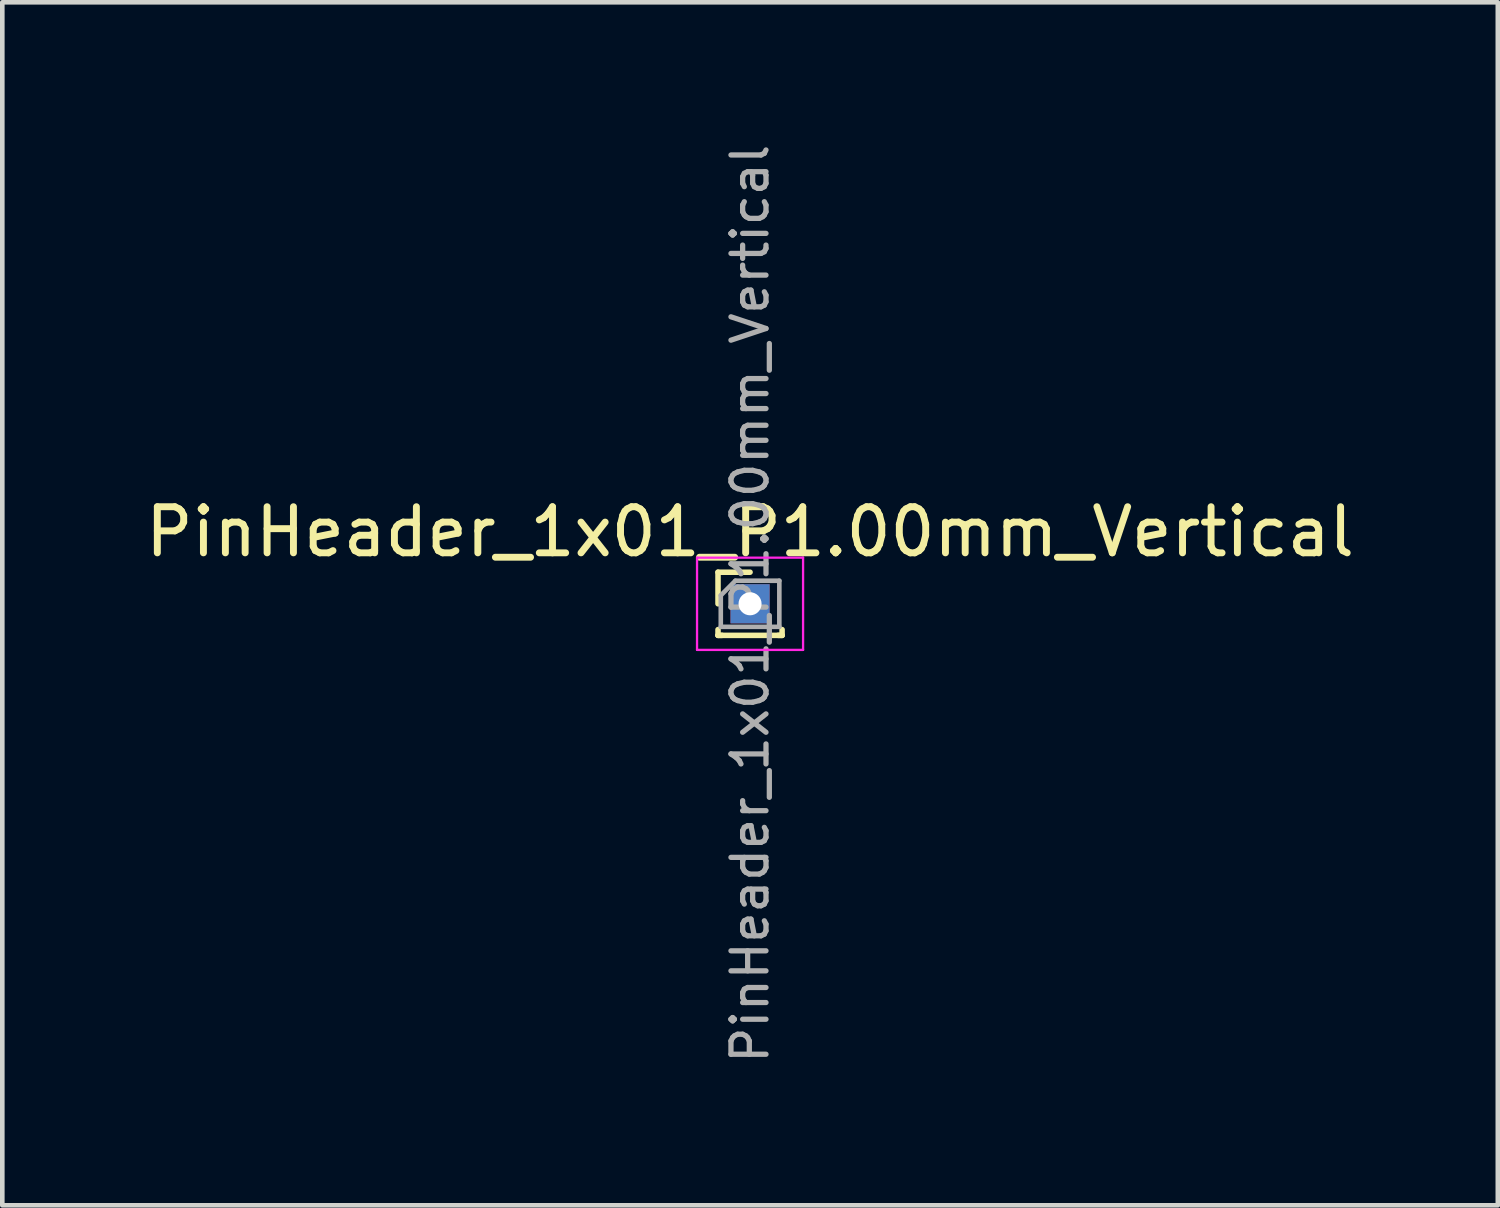
<source format=kicad_pcb>
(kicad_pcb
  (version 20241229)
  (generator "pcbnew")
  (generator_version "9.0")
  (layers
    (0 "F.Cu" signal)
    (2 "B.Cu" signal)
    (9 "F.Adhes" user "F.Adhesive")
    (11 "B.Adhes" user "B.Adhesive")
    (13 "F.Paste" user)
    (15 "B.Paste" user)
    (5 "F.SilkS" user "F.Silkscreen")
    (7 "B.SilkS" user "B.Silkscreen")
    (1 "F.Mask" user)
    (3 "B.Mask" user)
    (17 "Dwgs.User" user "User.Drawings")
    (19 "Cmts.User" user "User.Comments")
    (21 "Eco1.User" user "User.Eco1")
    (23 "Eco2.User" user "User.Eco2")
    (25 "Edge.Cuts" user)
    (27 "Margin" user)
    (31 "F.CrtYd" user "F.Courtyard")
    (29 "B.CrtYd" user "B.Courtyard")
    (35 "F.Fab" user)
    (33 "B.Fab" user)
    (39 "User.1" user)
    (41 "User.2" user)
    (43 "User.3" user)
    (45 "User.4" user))
  (footprint "PinHeader_1x01_P1.00mm_Vertical"
    (layer "F.Cu")
    (at 13.22 10.047)
    (property "Reference" "PinHeader_1x01_P1.00mm_Vertical" (at 0 -1.56 0) (layer "F.SilkS") (effects (font (size 1 1) (thickness 0.15))))
    (attr through_hole)
    (fp_line (start -0.695 -0.685) (end 0 -0.685) (stroke (width 0.12) (type solid)) (layer "F.SilkS"))
    (fp_line (start -0.695 0) (end -0.695 -0.685) (stroke (width 0.12) (type solid)) (layer "F.SilkS"))
    (fp_line (start -0.695 0.685) (end -0.695 0.56) (stroke (width 0.12) (type solid)) (layer "F.SilkS"))
    (fp_line (start -0.695 0.685) (end -0.608 0.685) (stroke (width 0.12) (type solid)) (layer "F.SilkS"))
    (fp_line (start -0.695 0.685) (end 0.695 0.685) (stroke (width 0.12) (type solid)) (layer "F.SilkS"))
    (fp_line (start 0.608 0.685) (end 0.695 0.685) (stroke (width 0.12) (type solid)) (layer "F.SilkS"))
    (fp_line (start 0.695 0.685) (end 0.695 0.56) (stroke (width 0.12) (type solid)) (layer "F.SilkS"))
    (fp_line (start -1.15 -1) (end -1.15 1) (stroke (width 0.05) (type solid)) (layer "F.CrtYd"))
    (fp_line (start -1.15 1) (end 1.15 1) (stroke (width 0.05) (type solid)) (layer "F.CrtYd"))
    (fp_line (start 1.15 -1) (end -1.15 -1) (stroke (width 0.05) (type solid)) (layer "F.CrtYd"))
    (fp_line (start 1.15 1) (end 1.15 -1) (stroke (width 0.05) (type solid)) (layer "F.CrtYd"))
    (fp_line (start -0.635 -0.182) (end -0.318 -0.5) (stroke (width 0.1) (type solid)) (layer "F.Fab"))
    (fp_line (start -0.635 0.5) (end -0.635 -0.182) (stroke (width 0.1) (type solid)) (layer "F.Fab"))
    (fp_line (start -0.318 -0.5) (end 0.635 -0.5) (stroke (width 0.1) (type solid)) (layer "F.Fab"))
    (fp_line (start 0.635 -0.5) (end 0.635 0.5) (stroke (width 0.1) (type solid)) (layer "F.Fab"))
    (fp_line (start 0.635 0.5) (end -0.635 0.5) (stroke (width 0.1) (type solid)) (layer "F.Fab"))
    (fp_text user "${REFERENCE}" (at 0 0 90) (layer "F.Fab") (effects (font (size 0.76 0.76) (thickness 0.114))))
    (pad "1" thru_hole rect (at 0 0) (size 0.85 0.85) (drill 0.5) (layers "*.Cu" "*.Mask")))
  (gr_rect
    (start -3 -3)
    (end 29.44 23.095)
    (stroke (width 0.1) (type default))
    (fill no)
    (layer "Edge.Cuts")))
</source>
